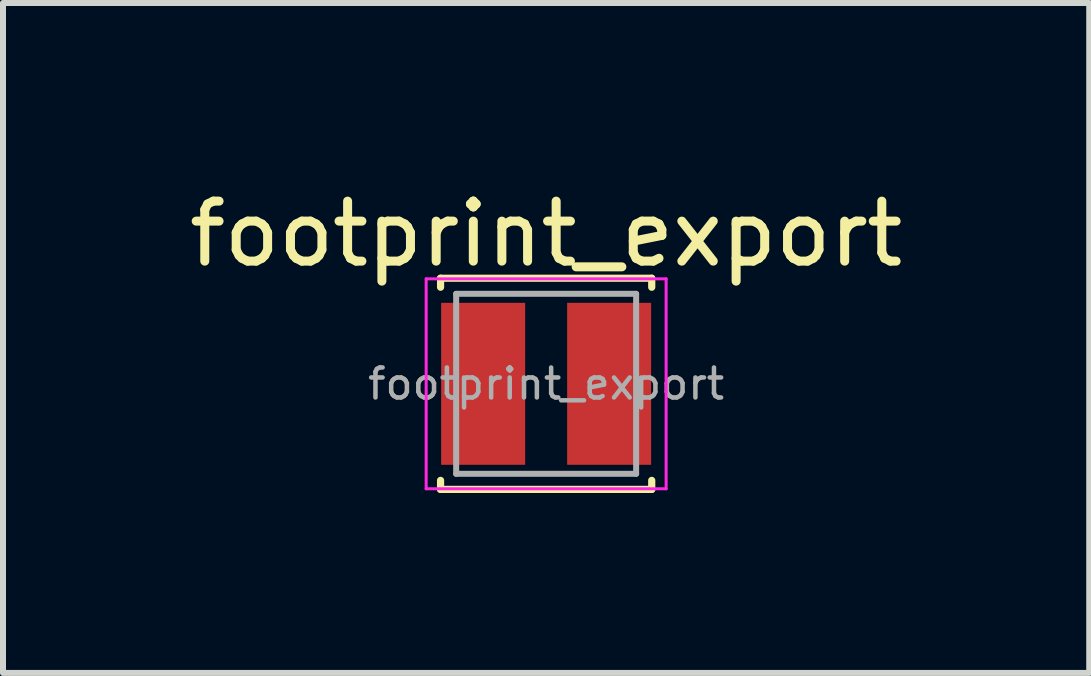
<source format=kicad_pcb>
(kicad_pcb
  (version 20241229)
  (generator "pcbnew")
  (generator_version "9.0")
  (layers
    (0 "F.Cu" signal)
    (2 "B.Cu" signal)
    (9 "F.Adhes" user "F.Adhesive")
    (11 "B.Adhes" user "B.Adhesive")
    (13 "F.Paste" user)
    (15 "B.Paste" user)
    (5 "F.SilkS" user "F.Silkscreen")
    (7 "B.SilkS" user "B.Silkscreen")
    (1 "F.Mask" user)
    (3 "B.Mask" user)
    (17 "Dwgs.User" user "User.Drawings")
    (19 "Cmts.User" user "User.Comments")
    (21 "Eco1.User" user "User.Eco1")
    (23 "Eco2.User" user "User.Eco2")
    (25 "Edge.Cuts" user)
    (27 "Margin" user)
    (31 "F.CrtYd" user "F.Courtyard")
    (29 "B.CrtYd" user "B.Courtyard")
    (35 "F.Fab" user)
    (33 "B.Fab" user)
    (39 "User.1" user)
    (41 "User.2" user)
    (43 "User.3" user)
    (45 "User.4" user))
  (footprint "footprint_export"
    (layer "F.Cu")
    (at 6.054 3.348)
    (property "Reference" "footprint_export" (at 0 -2.5 0) (layer "F.SilkS") (effects (font (size 1 1) (thickness 0.15))))
    (attr smd)
    (fp_line (start -1.76 -1.76) (end -1.76 -1.61) (stroke (width 0.12) (type solid)) (layer "F.SilkS"))
    (fp_line (start -1.76 -1.76) (end 1.76 -1.76) (stroke (width 0.12) (type solid)) (layer "F.SilkS"))
    (fp_line (start -1.76 1.76) (end -1.76 1.61) (stroke (width 0.12) (type solid)) (layer "F.SilkS"))
    (fp_line (start -1.76 1.76) (end 1.76 1.76) (stroke (width 0.12) (type solid)) (layer "F.SilkS"))
    (fp_line (start 1.76 -1.76) (end 1.76 -1.61) (stroke (width 0.12) (type solid)) (layer "F.SilkS"))
    (fp_line (start 1.76 1.76) (end 1.76 1.61) (stroke (width 0.12) (type solid)) (layer "F.SilkS"))
    (fp_line (start -2 -1.75) (end -2 1.75) (stroke (width 0.05) (type solid)) (layer "F.CrtYd"))
    (fp_line (start -2 1.75) (end 2 1.75) (stroke (width 0.05) (type solid)) (layer "F.CrtYd"))
    (fp_line (start 2 -1.75) (end -2 -1.75) (stroke (width 0.05) (type solid)) (layer "F.CrtYd"))
    (fp_line (start 2 1.75) (end 2 -1.75) (stroke (width 0.05) (type solid)) (layer "F.CrtYd"))
    (fp_line (start -1.5 -1.5) (end -1.5 1.5) (stroke (width 0.1) (type solid)) (layer "F.Fab"))
    (fp_line (start -1.5 1.5) (end 1.5 1.5) (stroke (width 0.1) (type solid)) (layer "F.Fab"))
    (fp_line (start 1.5 -1.5) (end -1.5 -1.5) (stroke (width 0.1) (type solid)) (layer "F.Fab"))
    (fp_line (start 1.5 1.5) (end 1.5 -1.5) (stroke (width 0.1) (type solid)) (layer "F.Fab"))
    (fp_text user "${REFERENCE}" (at 0 0 0) (layer "F.Fab") (effects (font (size 0.5 0.5) (thickness 0.075))))
    (pad "1" smd rect (at -1.05 0) (size 1.4 2.7) (layers "F.Cu" "F.Mask" "F.Paste"))
    (pad "2" smd rect (at 1.05 0) (size 1.4 2.7) (layers "F.Cu" "F.Mask" "F.Paste")))
  (gr_rect
    (start -3 -3)
    (end 15.107 8.168)
    (stroke (width 0.1) (type default))
    (fill no)
    (layer "Edge.Cuts")))
</source>
